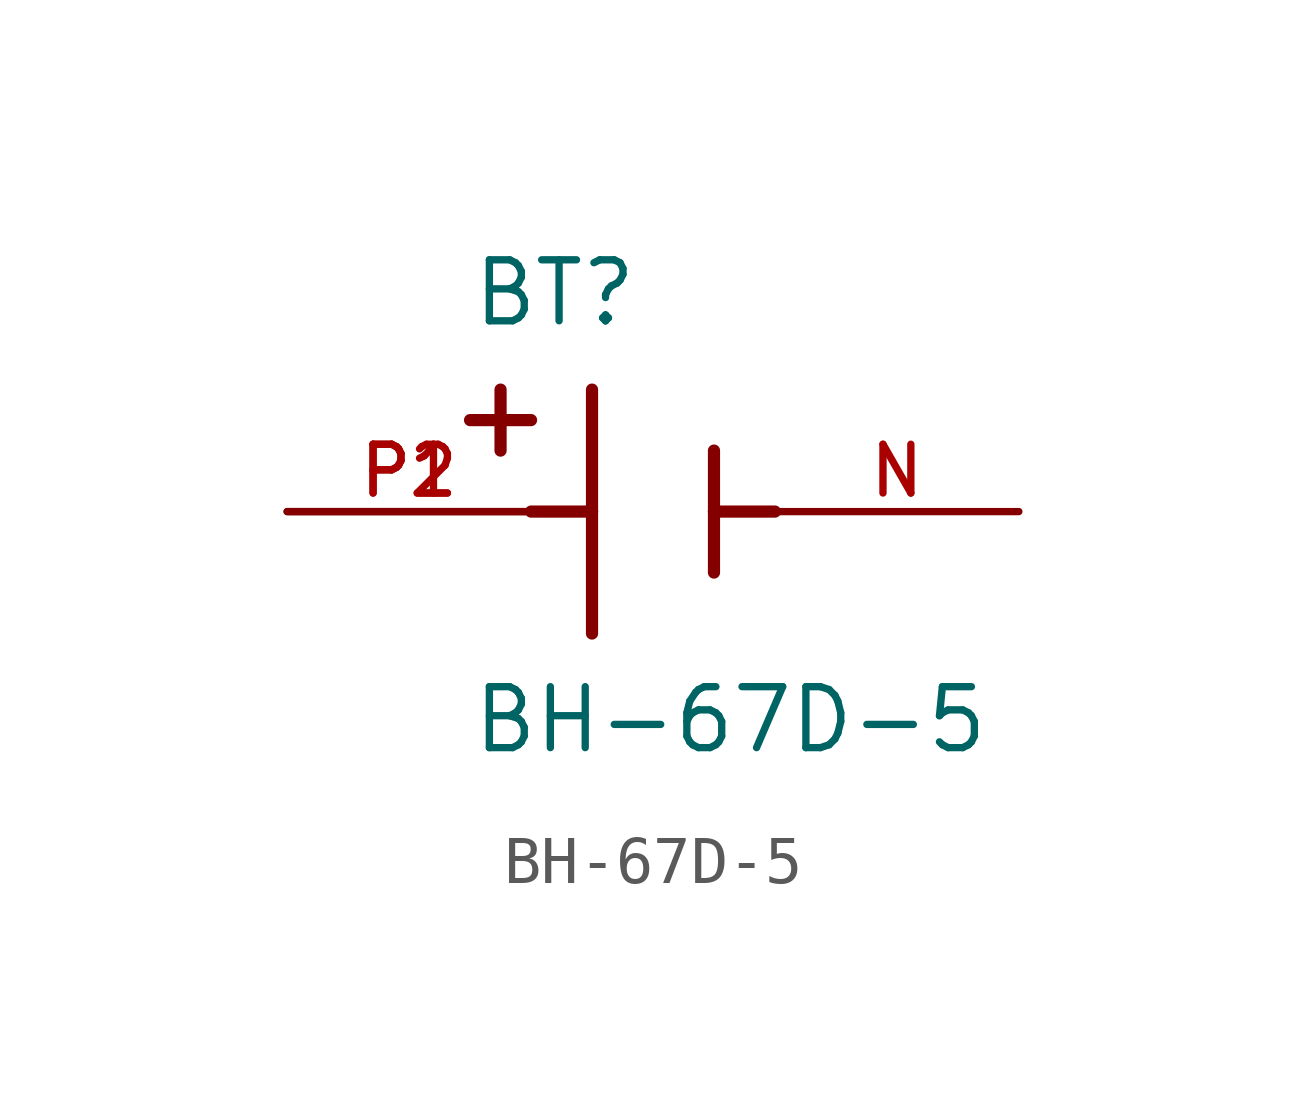
<source format=kicad_sym>
(kicad_symbol_lib
  (version 20211014)
  (generator kicad_symbol_editor)
  (symbol "BH-67D-5"
    (pin_names
      (offset 1.016))
    (property "Reference" "BT"
      (at -3.81 3.81 0)
      (effects (font (size 1.27 1.27)) (justify bottom left)))
    (property "Value" "BH-67D-5"
      (at -3.81 -5.08 0)
      (effects (font (size 1.27 1.27)) (justify bottom left)))
    (symbol "BH-67D-5_0_0"
      (polyline (pts (xy -1.27 2.54) (xy -1.27 0.0)) (stroke (width 0.254)))
      (polyline (pts (xy -1.27 0.0) (xy -1.27 -2.54)) (stroke (width 0.254)))
      (polyline (pts (xy 1.27 1.27) (xy 1.27 0.0)) (stroke (width 0.254)))
      (polyline (pts (xy 1.27 0.0) (xy 1.27 -1.27)) (stroke (width 0.254)))
      (polyline (pts (xy -1.27 0.0) (xy -2.54 0.0)) (stroke (width 0.254)))
      (polyline (pts (xy 1.27 0.0) (xy 2.54 0.0)) (stroke (width 0.254)))
      (polyline (pts (xy -3.175 2.54) (xy -3.175 1.27)) (stroke (width 0.254)))
      (polyline (pts (xy -3.81 1.905) (xy -2.54 1.905)) (stroke (width 0.254)))
      (pin passive line (at -7.62 0.0 0) (length 5.08) (name "~" (effects (font (size 1.016 1.016)))) (number "P1" (effects (font (size 1.016 1.016)))))
      (pin passive line (at -7.62 0.0 0) (length 5.08) (name "~" (effects (font (size 1.016 1.016)))) (number "P2" (effects (font (size 1.016 1.016)))))
      (pin passive line (at 7.62 0.0 180.0) (length 5.08) (name "~" (effects (font (size 1.016 1.016)))) (number "N" (effects (font (size 1.016 1.016))))))))
</source>
